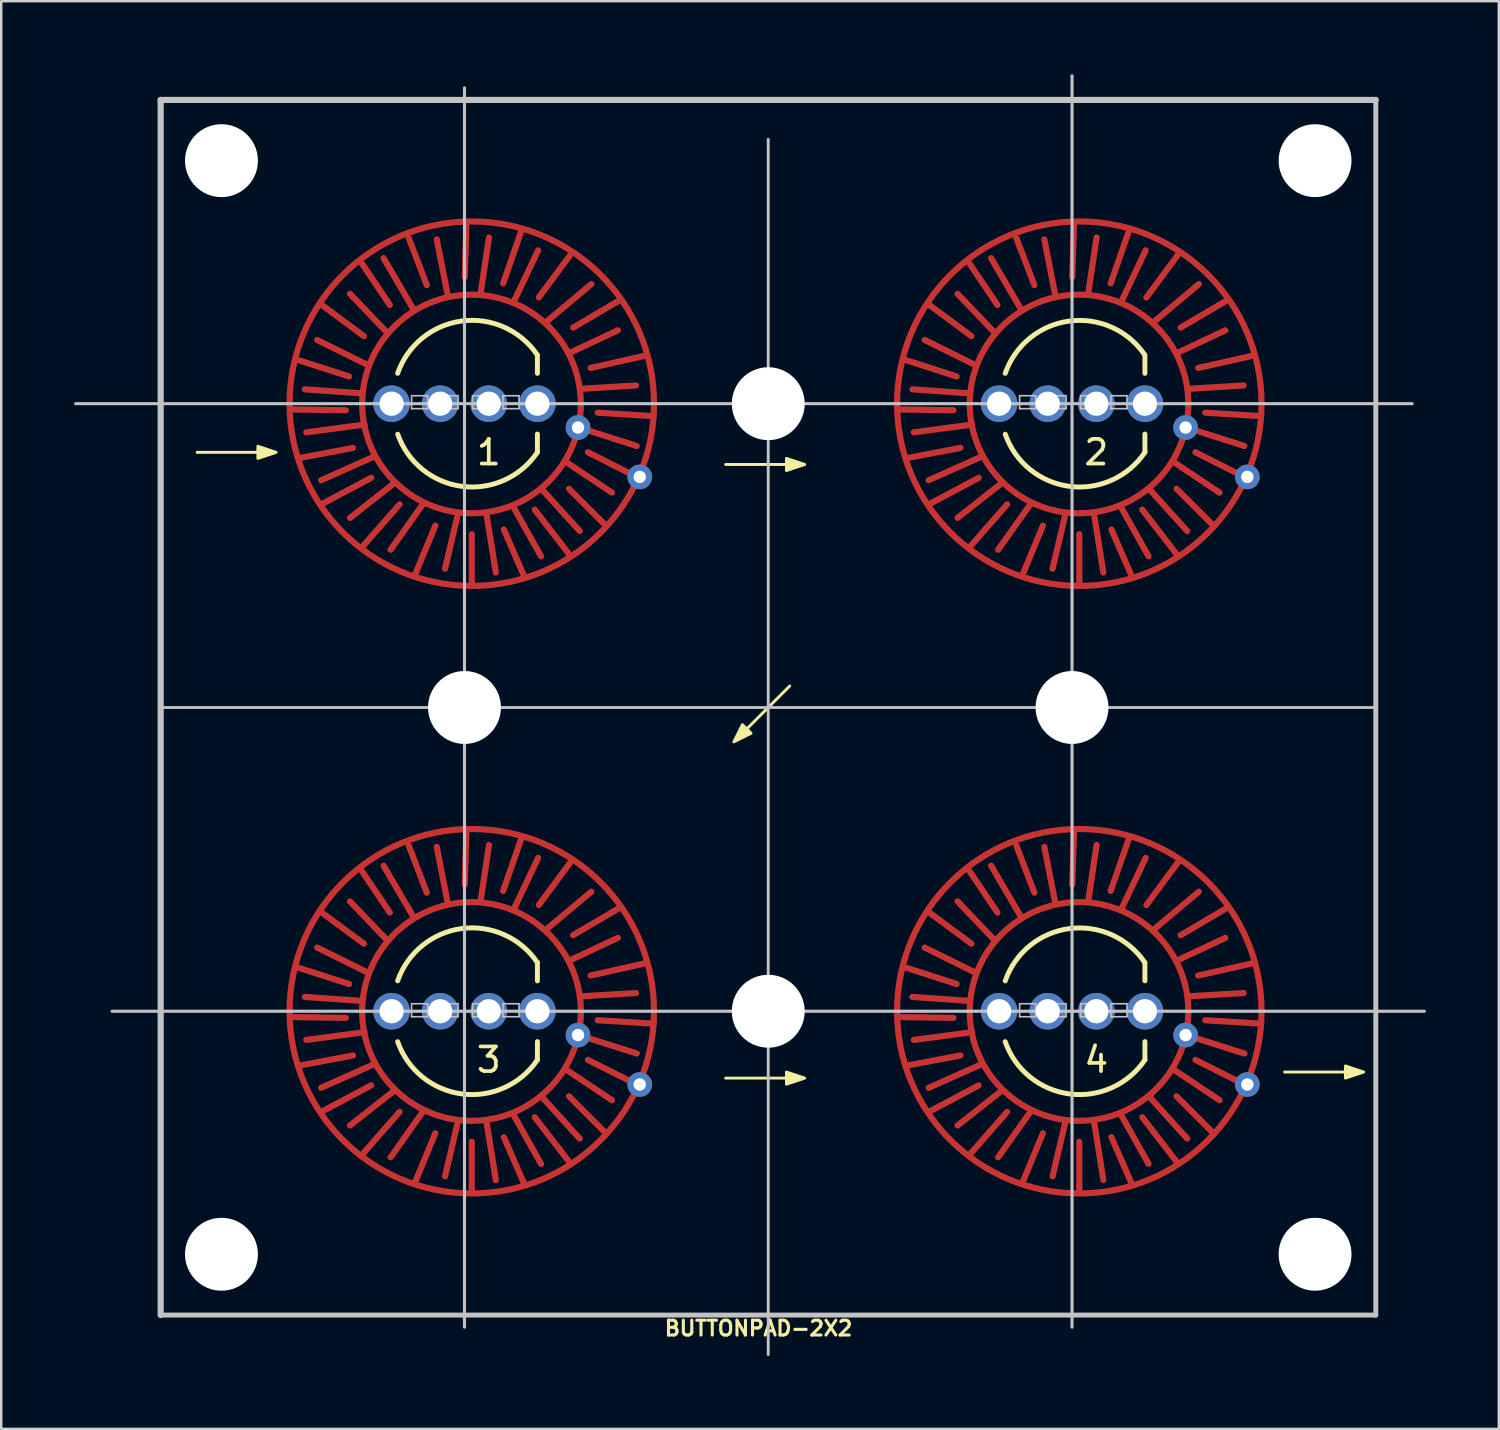
<source format=kicad_pcb>
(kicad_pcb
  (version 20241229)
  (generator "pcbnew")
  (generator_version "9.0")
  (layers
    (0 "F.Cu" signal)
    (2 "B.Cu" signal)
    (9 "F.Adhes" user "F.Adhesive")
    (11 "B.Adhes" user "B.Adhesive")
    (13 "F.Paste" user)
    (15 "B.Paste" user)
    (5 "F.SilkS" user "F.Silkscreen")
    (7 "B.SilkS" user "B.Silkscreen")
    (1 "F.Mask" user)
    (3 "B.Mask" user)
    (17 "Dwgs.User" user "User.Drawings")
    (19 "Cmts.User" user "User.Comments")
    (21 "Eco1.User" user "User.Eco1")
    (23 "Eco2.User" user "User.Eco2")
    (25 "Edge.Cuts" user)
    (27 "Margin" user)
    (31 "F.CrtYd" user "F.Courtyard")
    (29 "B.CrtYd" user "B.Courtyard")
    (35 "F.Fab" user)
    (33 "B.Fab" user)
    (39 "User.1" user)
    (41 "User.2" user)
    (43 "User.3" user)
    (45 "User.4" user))
  (footprint "BUTTONPAD-2X2"
    (layer "F.Cu")
    (at 28.561 26.062)
    (property "Reference" "BUTTONPAD-2X2" (at -0.4 25.546 180) (layer "F.SilkS") (effects (font (size 0.61 0.61) (thickness 0.127))))
    (attr exclude_from_pos_files exclude_from_bom)
    (fp_line (start -19.58 -12.262) (end -17.38 -12.231) (stroke (width 0.254) (type solid)) (layer "F.Cu"))
    (fp_line (start -19.58 12.739) (end -17.38 12.77) (stroke (width 0.254) (type solid)) (layer "F.Cu"))
    (fp_line (start -19.42 -14.322) (end -17.248 -13.621) (stroke (width 0.254) (type solid)) (layer "F.Cu"))
    (fp_line (start -19.42 10.679) (end -17.248 11.378) (stroke (width 0.254) (type solid)) (layer "F.Cu"))
    (fp_line (start -19.308 -10.26) (end -17.088 -10.682) (stroke (width 0.254) (type solid)) (layer "F.Cu"))
    (fp_line (start -19.308 14.738) (end -17.088 14.319) (stroke (width 0.254) (type solid)) (layer "F.Cu"))
    (fp_line (start -18.368 -16.562) (end -16.638 -15.282) (stroke (width 0.254) (type solid)) (layer "F.Cu"))
    (fp_line (start -18.368 8.439) (end -16.638 9.719) (stroke (width 0.254) (type solid)) (layer "F.Cu"))
    (fp_line (start -18.348 -8.381) (end -16.339 -9.45) (stroke (width 0.254) (type solid)) (layer "F.Cu"))
    (fp_line (start -18.348 16.618) (end -16.339 15.549) (stroke (width 0.254) (type solid)) (layer "F.Cu"))
    (fp_line (start -16.798 -12.932) (end -19.069 -13.092) (stroke (width 0.254) (type solid)) (layer "F.Cu"))
    (fp_line (start -16.798 12.069) (end -19.069 11.909) (stroke (width 0.254) (type solid)) (layer "F.Cu"))
    (fp_line (start -16.74 -18.302) (end -15.569 -16.562) (stroke (width 0.254) (type solid)) (layer "F.Cu"))
    (fp_line (start -16.74 6.699) (end -15.569 8.439) (stroke (width 0.254) (type solid)) (layer "F.Cu"))
    (fp_line (start -16.72 -6.59) (end -15.168 -8.36) (stroke (width 0.254) (type solid)) (layer "F.Cu"))
    (fp_line (start -16.72 18.409) (end -15.168 16.638) (stroke (width 0.254) (type solid)) (layer "F.Cu"))
    (fp_line (start -16.608 -11.642) (end -19.008 -11.322) (stroke (width 0.254) (type solid)) (layer "F.Cu"))
    (fp_line (start -16.608 13.359) (end -19.008 13.679) (stroke (width 0.254) (type solid)) (layer "F.Cu"))
    (fp_line (start -16.499 -14.101) (end -18.559 -15.122) (stroke (width 0.254) (type solid)) (layer "F.Cu"))
    (fp_line (start -16.499 10.898) (end -18.559 9.879) (stroke (width 0.254) (type solid)) (layer "F.Cu"))
    (fp_line (start -16.179 -10.342) (end -18.398 -9.351) (stroke (width 0.254) (type solid)) (layer "F.Cu"))
    (fp_line (start -16.179 14.66) (end -18.398 15.648) (stroke (width 0.254) (type solid)) (layer "F.Cu"))
    (fp_line (start -15.698 -15.442) (end -17.21 -17.022) (stroke (width 0.254) (type solid)) (layer "F.Cu"))
    (fp_line (start -15.698 9.559) (end -17.21 7.979) (stroke (width 0.254) (type solid)) (layer "F.Cu"))
    (fp_line (start -15.378 -9.242) (end -17.21 -7.802) (stroke (width 0.254) (type solid)) (layer "F.Cu"))
    (fp_line (start -15.378 15.759) (end -17.21 17.2) (stroke (width 0.254) (type solid)) (layer "F.Cu"))
    (fp_line (start -14.789 -19.31) (end -14.05 -17.38) (stroke (width 0.254) (type solid)) (layer "F.Cu"))
    (fp_line (start -14.789 5.688) (end -14.05 7.619) (stroke (width 0.254) (type solid)) (layer "F.Cu"))
    (fp_line (start -14.609 -16.402) (end -15.828 -18.492) (stroke (width 0.254) (type solid)) (layer "F.Cu"))
    (fp_line (start -14.609 8.599) (end -15.828 6.509) (stroke (width 0.254) (type solid)) (layer "F.Cu"))
    (fp_line (start -14.528 -5.472) (end -13.699 -7.482) (stroke (width 0.254) (type solid)) (layer "F.Cu"))
    (fp_line (start -14.528 19.529) (end -13.699 17.52) (stroke (width 0.254) (type solid)) (layer "F.Cu"))
    (fp_line (start -14.18 -8.411) (end -15.538 -6.491) (stroke (width 0.254) (type solid)) (layer "F.Cu"))
    (fp_line (start -14.18 16.59) (end -15.538 18.508) (stroke (width 0.254) (type solid)) (layer "F.Cu"))
    (fp_line (start -13.189 -16.961) (end -13.639 -19.262) (stroke (width 0.254) (type solid)) (layer "F.Cu"))
    (fp_line (start -13.189 8.038) (end -13.639 5.739) (stroke (width 0.254) (type solid)) (layer "F.Cu"))
    (fp_line (start -12.788 -7.88) (end -13.298 -5.711) (stroke (width 0.254) (type solid)) (layer "F.Cu"))
    (fp_line (start -12.788 17.118) (end -13.298 19.29) (stroke (width 0.254) (type solid)) (layer "F.Cu"))
    (fp_line (start -12.419 -19.94) (end -12.488 -17.71) (stroke (width 0.254) (type solid)) (layer "F.Cu"))
    (fp_line (start -12.419 5.058) (end -12.488 7.289) (stroke (width 0.254) (type solid)) (layer "F.Cu"))
    (fp_line (start -12.198 -5.041) (end -12.198 -7.131) (stroke (width 0.254) (type solid)) (layer "F.Cu"))
    (fp_line (start -12.198 19.958) (end -12.198 17.868) (stroke (width 0.254) (type solid)) (layer "F.Cu"))
    (fp_line (start -11.83 -17.07) (end -11.49 -19.341) (stroke (width 0.254) (type solid)) (layer "F.Cu"))
    (fp_line (start -11.83 7.929) (end -11.49 5.658) (stroke (width 0.254) (type solid)) (layer "F.Cu"))
    (fp_line (start -11.589 -7.931) (end -11.208 -5.551) (stroke (width 0.254) (type solid)) (layer "F.Cu"))
    (fp_line (start -11.589 17.068) (end -11.208 19.45) (stroke (width 0.254) (type solid)) (layer "F.Cu"))
    (fp_line (start -10.458 -16.722) (end -9.468 -18.81) (stroke (width 0.254) (type solid)) (layer "F.Cu"))
    (fp_line (start -10.458 -8.2) (end -9.348 -6.222) (stroke (width 0.254) (type solid)) (layer "F.Cu"))
    (fp_line (start -10.458 8.279) (end -9.468 6.189) (stroke (width 0.254) (type solid)) (layer "F.Cu"))
    (fp_line (start -10.458 16.798) (end -9.348 18.779) (stroke (width 0.254) (type solid)) (layer "F.Cu"))
    (fp_line (start -10.169 -19.582) (end -10.908 -17.451) (stroke (width 0.254) (type solid)) (layer "F.Cu"))
    (fp_line (start -10.169 5.419) (end -10.908 7.548) (stroke (width 0.254) (type solid)) (layer "F.Cu"))
    (fp_line (start -10.039 -5.391) (end -10.878 -7.322) (stroke (width 0.254) (type solid)) (layer "F.Cu"))
    (fp_line (start -10.039 19.608) (end -10.878 17.68) (stroke (width 0.254) (type solid)) (layer "F.Cu"))
    (fp_line (start -9.29 -8.952) (end -7.758 -7.261) (stroke (width 0.254) (type solid)) (layer "F.Cu"))
    (fp_line (start -9.29 16.049) (end -7.758 17.738) (stroke (width 0.254) (type solid)) (layer "F.Cu"))
    (fp_line (start -9.13 -15.871) (end -7.278 -17.421) (stroke (width 0.254) (type solid)) (layer "F.Cu"))
    (fp_line (start -9.13 9.13) (end -7.278 7.578) (stroke (width 0.254) (type solid)) (layer "F.Cu"))
    (fp_line (start -8.348 -10.121) (end -6.43 -8.84) (stroke (width 0.254) (type solid)) (layer "F.Cu"))
    (fp_line (start -8.348 14.878) (end -6.43 16.158) (stroke (width 0.254) (type solid)) (layer "F.Cu"))
    (fp_line (start -8.188 -14.581) (end -6.189 -15.521) (stroke (width 0.254) (type solid)) (layer "F.Cu"))
    (fp_line (start -8.188 -6.3) (end -9.608 -8.142) (stroke (width 0.254) (type solid)) (layer "F.Cu"))
    (fp_line (start -8.188 10.418) (end -6.189 9.478) (stroke (width 0.254) (type solid)) (layer "F.Cu"))
    (fp_line (start -8.188 18.698) (end -9.608 16.859) (stroke (width 0.254) (type solid)) (layer "F.Cu"))
    (fp_line (start -8.109 -18.67) (end -9.44 -16.872) (stroke (width 0.254) (type solid)) (layer "F.Cu"))
    (fp_line (start -8.109 6.328) (end -9.44 8.129) (stroke (width 0.254) (type solid)) (layer "F.Cu"))
    (fp_line (start -7.738 -13.11) (end -5.439 -13.252) (stroke (width 0.254) (type solid)) (layer "F.Cu"))
    (fp_line (start -7.738 -11.502) (end -5.409 -10.761) (stroke (width 0.254) (type solid)) (layer "F.Cu"))
    (fp_line (start -7.738 11.888) (end -5.439 11.749) (stroke (width 0.254) (type solid)) (layer "F.Cu"))
    (fp_line (start -7.738 13.499) (end -5.409 14.238) (stroke (width 0.254) (type solid)) (layer "F.Cu"))
    (fp_line (start -6.699 -7.502) (end -8.198 -9) (stroke (width 0.254) (type solid)) (layer "F.Cu"))
    (fp_line (start -6.699 17.499) (end -8.198 15.998) (stroke (width 0.254) (type solid)) (layer "F.Cu"))
    (fp_line (start -6.128 -16.75) (end -8.028 -15.632) (stroke (width 0.254) (type solid)) (layer "F.Cu"))
    (fp_line (start -6.128 8.249) (end -8.028 9.369) (stroke (width 0.254) (type solid)) (layer "F.Cu"))
    (fp_line (start -5.358 -9.46) (end -7.418 -10.502) (stroke (width 0.254) (type solid)) (layer "F.Cu"))
    (fp_line (start -5.358 15.538) (end -7.418 14.5) (stroke (width 0.254) (type solid)) (layer "F.Cu"))
    (fp_line (start -5.038 -14.482) (end -7.309 -13.971) (stroke (width 0.254) (type solid)) (layer "F.Cu"))
    (fp_line (start -5.038 10.519) (end -7.309 11.03) (stroke (width 0.254) (type solid)) (layer "F.Cu"))
    (fp_line (start -4.718 -11.99) (end -7.019 -12.132) (stroke (width 0.254) (type solid)) (layer "F.Cu"))
    (fp_line (start -4.718 13.009) (end -7.019 12.869) (stroke (width 0.254) (type solid)) (layer "F.Cu"))
    (fp_line (start 5.422 -12.262) (end 7.621 -12.231) (stroke (width 0.254) (type solid)) (layer "F.Cu"))
    (fp_line (start 5.422 12.739) (end 7.621 12.77) (stroke (width 0.254) (type solid)) (layer "F.Cu"))
    (fp_line (start 5.582 -14.322) (end 7.751 -13.621) (stroke (width 0.254) (type solid)) (layer "F.Cu"))
    (fp_line (start 5.582 10.679) (end 7.751 11.378) (stroke (width 0.254) (type solid)) (layer "F.Cu"))
    (fp_line (start 5.691 -10.26) (end 7.911 -10.682) (stroke (width 0.254) (type solid)) (layer "F.Cu"))
    (fp_line (start 5.691 14.738) (end 7.911 14.319) (stroke (width 0.254) (type solid)) (layer "F.Cu"))
    (fp_line (start 6.631 -16.562) (end 8.36 -15.282) (stroke (width 0.254) (type solid)) (layer "F.Cu"))
    (fp_line (start 6.631 8.439) (end 8.36 9.719) (stroke (width 0.254) (type solid)) (layer "F.Cu"))
    (fp_line (start 6.651 -8.381) (end 8.66 -9.45) (stroke (width 0.254) (type solid)) (layer "F.Cu"))
    (fp_line (start 6.651 16.618) (end 8.66 15.549) (stroke (width 0.254) (type solid)) (layer "F.Cu"))
    (fp_line (start 8.2 -12.932) (end 5.932 -13.092) (stroke (width 0.254) (type solid)) (layer "F.Cu"))
    (fp_line (start 8.2 12.069) (end 5.932 11.909) (stroke (width 0.254) (type solid)) (layer "F.Cu"))
    (fp_line (start 8.261 -18.302) (end 9.432 -16.562) (stroke (width 0.254) (type solid)) (layer "F.Cu"))
    (fp_line (start 8.261 6.699) (end 9.432 8.439) (stroke (width 0.254) (type solid)) (layer "F.Cu"))
    (fp_line (start 8.282 -6.59) (end 9.831 -8.36) (stroke (width 0.254) (type solid)) (layer "F.Cu"))
    (fp_line (start 8.282 18.409) (end 9.831 16.638) (stroke (width 0.254) (type solid)) (layer "F.Cu"))
    (fp_line (start 8.391 -11.642) (end 5.991 -11.322) (stroke (width 0.254) (type solid)) (layer "F.Cu"))
    (fp_line (start 8.391 13.359) (end 5.991 13.679) (stroke (width 0.254) (type solid)) (layer "F.Cu"))
    (fp_line (start 8.5 -14.101) (end 6.44 -15.122) (stroke (width 0.254) (type solid)) (layer "F.Cu"))
    (fp_line (start 8.5 10.898) (end 6.44 9.879) (stroke (width 0.254) (type solid)) (layer "F.Cu"))
    (fp_line (start 8.82 -10.342) (end 6.6 -9.351) (stroke (width 0.254) (type solid)) (layer "F.Cu"))
    (fp_line (start 8.82 14.66) (end 6.6 15.648) (stroke (width 0.254) (type solid)) (layer "F.Cu"))
    (fp_line (start 9.3 -15.442) (end 7.791 -17.022) (stroke (width 0.254) (type solid)) (layer "F.Cu"))
    (fp_line (start 9.3 9.559) (end 7.791 7.979) (stroke (width 0.254) (type solid)) (layer "F.Cu"))
    (fp_line (start 9.62 -9.242) (end 7.791 -7.802) (stroke (width 0.254) (type solid)) (layer "F.Cu"))
    (fp_line (start 9.62 15.759) (end 7.791 17.2) (stroke (width 0.254) (type solid)) (layer "F.Cu"))
    (fp_line (start 10.212 -19.31) (end 10.951 -17.38) (stroke (width 0.254) (type solid)) (layer "F.Cu"))
    (fp_line (start 10.212 5.688) (end 10.951 7.619) (stroke (width 0.254) (type solid)) (layer "F.Cu"))
    (fp_line (start 10.392 -16.402) (end 9.171 -18.492) (stroke (width 0.254) (type solid)) (layer "F.Cu"))
    (fp_line (start 10.392 8.599) (end 9.171 6.509) (stroke (width 0.254) (type solid)) (layer "F.Cu"))
    (fp_line (start 10.471 -5.472) (end 11.302 -7.482) (stroke (width 0.254) (type solid)) (layer "F.Cu"))
    (fp_line (start 10.471 19.529) (end 11.302 17.52) (stroke (width 0.254) (type solid)) (layer "F.Cu"))
    (fp_line (start 10.822 -8.411) (end 9.46 -6.491) (stroke (width 0.254) (type solid)) (layer "F.Cu"))
    (fp_line (start 10.822 16.59) (end 9.46 18.508) (stroke (width 0.254) (type solid)) (layer "F.Cu"))
    (fp_line (start 11.812 -16.961) (end 11.36 -19.262) (stroke (width 0.254) (type solid)) (layer "F.Cu"))
    (fp_line (start 11.812 8.038) (end 11.36 5.739) (stroke (width 0.254) (type solid)) (layer "F.Cu"))
    (fp_line (start 12.211 -7.88) (end 11.701 -5.711) (stroke (width 0.254) (type solid)) (layer "F.Cu"))
    (fp_line (start 12.211 17.118) (end 11.701 19.29) (stroke (width 0.254) (type solid)) (layer "F.Cu"))
    (fp_line (start 12.582 -19.94) (end 12.511 -17.71) (stroke (width 0.254) (type solid)) (layer "F.Cu"))
    (fp_line (start 12.582 5.058) (end 12.511 7.289) (stroke (width 0.254) (type solid)) (layer "F.Cu"))
    (fp_line (start 12.8 -5.041) (end 12.8 -7.131) (stroke (width 0.254) (type solid)) (layer "F.Cu"))
    (fp_line (start 12.8 19.958) (end 12.8 17.868) (stroke (width 0.254) (type solid)) (layer "F.Cu"))
    (fp_line (start 13.171 -17.07) (end 13.512 -19.341) (stroke (width 0.254) (type solid)) (layer "F.Cu"))
    (fp_line (start 13.171 7.929) (end 13.512 5.658) (stroke (width 0.254) (type solid)) (layer "F.Cu"))
    (fp_line (start 13.412 -7.931) (end 13.791 -5.551) (stroke (width 0.254) (type solid)) (layer "F.Cu"))
    (fp_line (start 13.412 17.068) (end 13.791 19.45) (stroke (width 0.254) (type solid)) (layer "F.Cu"))
    (fp_line (start 14.54 -16.722) (end 15.531 -18.81) (stroke (width 0.254) (type solid)) (layer "F.Cu"))
    (fp_line (start 14.54 -8.2) (end 15.65 -6.222) (stroke (width 0.254) (type solid)) (layer "F.Cu"))
    (fp_line (start 14.54 8.279) (end 15.531 6.189) (stroke (width 0.254) (type solid)) (layer "F.Cu"))
    (fp_line (start 14.54 16.798) (end 15.65 18.779) (stroke (width 0.254) (type solid)) (layer "F.Cu"))
    (fp_line (start 14.832 -19.582) (end 14.091 -17.451) (stroke (width 0.254) (type solid)) (layer "F.Cu"))
    (fp_line (start 14.832 5.419) (end 14.091 7.548) (stroke (width 0.254) (type solid)) (layer "F.Cu"))
    (fp_line (start 14.962 -5.391) (end 14.121 -7.322) (stroke (width 0.254) (type solid)) (layer "F.Cu"))
    (fp_line (start 14.962 19.608) (end 14.121 17.68) (stroke (width 0.254) (type solid)) (layer "F.Cu"))
    (fp_line (start 15.711 -8.952) (end 17.24 -7.261) (stroke (width 0.254) (type solid)) (layer "F.Cu"))
    (fp_line (start 15.711 16.049) (end 17.24 17.738) (stroke (width 0.254) (type solid)) (layer "F.Cu"))
    (fp_line (start 15.871 -15.871) (end 17.72 -17.421) (stroke (width 0.254) (type solid)) (layer "F.Cu"))
    (fp_line (start 15.871 9.13) (end 17.72 7.578) (stroke (width 0.254) (type solid)) (layer "F.Cu"))
    (fp_line (start 16.651 -10.121) (end 18.571 -8.84) (stroke (width 0.254) (type solid)) (layer "F.Cu"))
    (fp_line (start 16.651 14.878) (end 18.571 16.158) (stroke (width 0.254) (type solid)) (layer "F.Cu"))
    (fp_line (start 16.811 -14.581) (end 18.81 -15.521) (stroke (width 0.254) (type solid)) (layer "F.Cu"))
    (fp_line (start 16.811 -6.3) (end 15.391 -8.142) (stroke (width 0.254) (type solid)) (layer "F.Cu"))
    (fp_line (start 16.811 10.418) (end 18.81 9.478) (stroke (width 0.254) (type solid)) (layer "F.Cu"))
    (fp_line (start 16.811 18.698) (end 15.391 16.859) (stroke (width 0.254) (type solid)) (layer "F.Cu"))
    (fp_line (start 16.892 -18.67) (end 15.561 -16.872) (stroke (width 0.254) (type solid)) (layer "F.Cu"))
    (fp_line (start 16.892 6.328) (end 15.561 8.129) (stroke (width 0.254) (type solid)) (layer "F.Cu"))
    (fp_line (start 17.261 -13.11) (end 19.562 -13.252) (stroke (width 0.254) (type solid)) (layer "F.Cu"))
    (fp_line (start 17.261 -11.502) (end 19.592 -10.761) (stroke (width 0.254) (type solid)) (layer "F.Cu"))
    (fp_line (start 17.261 11.888) (end 19.562 11.749) (stroke (width 0.254) (type solid)) (layer "F.Cu"))
    (fp_line (start 17.261 13.499) (end 19.592 14.238) (stroke (width 0.254) (type solid)) (layer "F.Cu"))
    (fp_line (start 18.302 -7.502) (end 16.801 -9) (stroke (width 0.254) (type solid)) (layer "F.Cu"))
    (fp_line (start 18.302 17.499) (end 16.801 15.998) (stroke (width 0.254) (type solid)) (layer "F.Cu"))
    (fp_line (start 18.871 -16.75) (end 16.971 -15.632) (stroke (width 0.254) (type solid)) (layer "F.Cu"))
    (fp_line (start 18.871 8.249) (end 16.971 9.369) (stroke (width 0.254) (type solid)) (layer "F.Cu"))
    (fp_line (start 19.641 -9.46) (end 17.581 -10.502) (stroke (width 0.254) (type solid)) (layer "F.Cu"))
    (fp_line (start 19.641 15.538) (end 17.581 14.5) (stroke (width 0.254) (type solid)) (layer "F.Cu"))
    (fp_line (start 19.961 -14.482) (end 17.692 -13.971) (stroke (width 0.254) (type solid)) (layer "F.Cu"))
    (fp_line (start 19.961 10.519) (end 17.692 11.03) (stroke (width 0.254) (type solid)) (layer "F.Cu"))
    (fp_line (start 20.281 -11.99) (end 17.982 -12.132) (stroke (width 0.254) (type solid)) (layer "F.Cu"))
    (fp_line (start 20.281 13.009) (end 17.982 12.869) (stroke (width 0.254) (type solid)) (layer "F.Cu"))
    (fp_circle (center -12.209 -12.49) (end -12.209 -7.992) (stroke (width 0.254) (type solid)) (fill no) (layer "F.Cu"))
    (fp_circle (center -12.209 12.508) (end -12.209 17.007) (stroke (width 0.254) (type solid)) (fill no) (layer "F.Cu"))
    (fp_circle (center -12.198 -12.501) (end -12.198 -5.003) (stroke (width 0.254) (type solid)) (fill no) (layer "F.Cu"))
    (fp_circle (center -12.198 12.498) (end -12.198 19.996) (stroke (width 0.254) (type solid)) (fill no) (layer "F.Cu"))
    (fp_circle (center 12.79 -12.49) (end 12.79 -7.992) (stroke (width 0.254) (type solid)) (fill no) (layer "F.Cu"))
    (fp_circle (center 12.79 12.508) (end 12.79 17.007) (stroke (width 0.254) (type solid)) (fill no) (layer "F.Cu"))
    (fp_circle (center 12.8 -12.501) (end 12.8 -5.003) (stroke (width 0.254) (type solid)) (fill no) (layer "F.Cu"))
    (fp_circle (center 12.8 12.498) (end 12.8 19.996) (stroke (width 0.254) (type solid)) (fill no) (layer "F.Cu"))
    (fp_line (start -17.37 -12.231) (end -19.658 -12.262) (stroke (width 0.254) (type solid)) (layer "F.Mask"))
    (fp_line (start -17.37 12.77) (end -19.658 12.739) (stroke (width 0.254) (type solid)) (layer "F.Mask"))
    (fp_line (start -17.248 -13.621) (end -19.369 -14.301) (stroke (width 0.254) (type solid)) (layer "F.Mask"))
    (fp_line (start -17.248 11.378) (end -19.369 10.7) (stroke (width 0.254) (type solid)) (layer "F.Mask"))
    (fp_line (start -17.088 -10.682) (end -19.328 -10.26) (stroke (width 0.254) (type solid)) (layer "F.Mask"))
    (fp_line (start -17.088 14.319) (end -19.328 14.738) (stroke (width 0.254) (type solid)) (layer "F.Mask"))
    (fp_line (start -16.73 -6.582) (end -15.168 -8.36) (stroke (width 0.254) (type solid)) (layer "F.Mask"))
    (fp_line (start -16.73 18.419) (end -15.168 16.638) (stroke (width 0.254) (type solid)) (layer "F.Mask"))
    (fp_line (start -16.709 -12.932) (end -19.069 -13.092) (stroke (width 0.254) (type solid)) (layer "F.Mask"))
    (fp_line (start -16.709 12.069) (end -19.069 11.909) (stroke (width 0.254) (type solid)) (layer "F.Mask"))
    (fp_line (start -16.669 -11.642) (end -19.008 -11.322) (stroke (width 0.254) (type solid)) (layer "F.Mask"))
    (fp_line (start -16.669 13.359) (end -19.008 13.679) (stroke (width 0.254) (type solid)) (layer "F.Mask"))
    (fp_line (start -16.638 -15.282) (end -18.388 -16.582) (stroke (width 0.254) (type solid)) (layer "F.Mask"))
    (fp_line (start -16.638 9.719) (end -18.388 8.419) (stroke (width 0.254) (type solid)) (layer "F.Mask"))
    (fp_line (start -16.43 -14.07) (end -18.559 -15.122) (stroke (width 0.254) (type solid)) (layer "F.Mask"))
    (fp_line (start -16.43 10.928) (end -18.559 9.879) (stroke (width 0.254) (type solid)) (layer "F.Mask"))
    (fp_line (start -16.339 -9.45) (end -18.368 -8.36) (stroke (width 0.254) (type solid)) (layer "F.Mask"))
    (fp_line (start -16.339 15.549) (end -18.368 16.638) (stroke (width 0.254) (type solid)) (layer "F.Mask"))
    (fp_line (start -16.229 -10.321) (end -18.398 -9.351) (stroke (width 0.254) (type solid)) (layer "F.Mask"))
    (fp_line (start -16.229 14.68) (end -18.398 15.648) (stroke (width 0.254) (type solid)) (layer "F.Mask"))
    (fp_line (start -15.828 -18.482) (end -14.578 -16.341) (stroke (width 0.254) (type solid)) (layer "F.Mask"))
    (fp_line (start -15.828 6.519) (end -14.578 8.658) (stroke (width 0.254) (type solid)) (layer "F.Mask"))
    (fp_line (start -15.658 -15.401) (end -17.21 -17.022) (stroke (width 0.254) (type solid)) (layer "F.Mask"))
    (fp_line (start -15.658 9.6) (end -17.21 7.979) (stroke (width 0.254) (type solid)) (layer "F.Mask"))
    (fp_line (start -15.569 -16.562) (end -16.768 -18.34) (stroke (width 0.254) (type solid)) (layer "F.Mask"))
    (fp_line (start -15.569 8.439) (end -16.768 6.659) (stroke (width 0.254) (type solid)) (layer "F.Mask"))
    (fp_line (start -15.389 -9.232) (end -17.21 -7.802) (stroke (width 0.254) (type solid)) (layer "F.Mask"))
    (fp_line (start -15.389 15.77) (end -17.21 17.2) (stroke (width 0.254) (type solid)) (layer "F.Mask"))
    (fp_line (start -14.2 -8.401) (end -15.538 -6.491) (stroke (width 0.254) (type solid)) (layer "F.Mask"))
    (fp_line (start -14.2 16.598) (end -15.538 18.508) (stroke (width 0.254) (type solid)) (layer "F.Mask"))
    (fp_line (start -14.05 -17.38) (end -14.83 -19.432) (stroke (width 0.254) (type solid)) (layer "F.Mask"))
    (fp_line (start -14.05 7.619) (end -14.83 5.569) (stroke (width 0.254) (type solid)) (layer "F.Mask"))
    (fp_line (start -13.699 -7.482) (end -14.538 -5.462) (stroke (width 0.254) (type solid)) (layer "F.Mask"))
    (fp_line (start -13.699 17.52) (end -14.538 19.539) (stroke (width 0.254) (type solid)) (layer "F.Mask"))
    (fp_line (start -13.639 -19.262) (end -13.179 -16.91) (stroke (width 0.254) (type solid)) (layer "F.Mask"))
    (fp_line (start -13.639 5.739) (end -13.179 8.089) (stroke (width 0.254) (type solid)) (layer "F.Mask"))
    (fp_line (start -12.76 -7.992) (end -13.298 -5.711) (stroke (width 0.254) (type solid)) (layer "F.Mask"))
    (fp_line (start -12.76 17.009) (end -13.298 19.29) (stroke (width 0.254) (type solid)) (layer "F.Mask"))
    (fp_line (start -12.488 -17.71) (end -12.419 -19.94) (stroke (width 0.254) (type solid)) (layer "F.Mask"))
    (fp_line (start -12.488 7.289) (end -12.419 5.058) (stroke (width 0.254) (type solid)) (layer "F.Mask"))
    (fp_line (start -12.198 -7.131) (end -12.198 -5.01) (stroke (width 0.254) (type solid)) (layer "F.Mask"))
    (fp_line (start -12.198 17.868) (end -12.198 19.989) (stroke (width 0.254) (type solid)) (layer "F.Mask"))
    (fp_line (start -11.619 -8.02) (end -11.208 -5.551) (stroke (width 0.254) (type solid)) (layer "F.Mask"))
    (fp_line (start -11.619 16.979) (end -11.208 19.45) (stroke (width 0.254) (type solid)) (layer "F.Mask"))
    (fp_line (start -11.49 -19.341) (end -11.838 -17.012) (stroke (width 0.254) (type solid)) (layer "F.Mask"))
    (fp_line (start -11.49 5.658) (end -11.838 7.99) (stroke (width 0.254) (type solid)) (layer "F.Mask"))
    (fp_line (start -10.908 -17.451) (end -10.149 -19.63) (stroke (width 0.254) (type solid)) (layer "F.Mask"))
    (fp_line (start -10.908 7.548) (end -10.149 5.368) (stroke (width 0.254) (type solid)) (layer "F.Mask"))
    (fp_line (start -10.878 -7.322) (end -10.019 -5.351) (stroke (width 0.254) (type solid)) (layer "F.Mask"))
    (fp_line (start -10.878 17.68) (end -10.019 19.648) (stroke (width 0.254) (type solid)) (layer "F.Mask"))
    (fp_line (start -9.458 -18.81) (end -10.448 -16.75) (stroke (width 0.254) (type solid)) (layer "F.Mask"))
    (fp_line (start -9.458 6.189) (end -10.448 8.249) (stroke (width 0.254) (type solid)) (layer "F.Mask"))
    (fp_line (start -9.44 -16.872) (end -8.099 -18.721) (stroke (width 0.254) (type solid)) (layer "F.Mask"))
    (fp_line (start -9.44 8.129) (end -8.099 6.278) (stroke (width 0.254) (type solid)) (layer "F.Mask"))
    (fp_line (start -9.348 -6.222) (end -10.458 -8.2) (stroke (width 0.254) (type solid)) (layer "F.Mask"))
    (fp_line (start -9.348 18.779) (end -10.458 16.798) (stroke (width 0.254) (type solid)) (layer "F.Mask"))
    (fp_line (start -9.148 -15.841) (end -7.278 -17.421) (stroke (width 0.254) (type solid)) (layer "F.Mask"))
    (fp_line (start -9.148 9.158) (end -7.278 7.578) (stroke (width 0.254) (type solid)) (layer "F.Mask"))
    (fp_line (start -8.16 -6.262) (end -9.608 -8.142) (stroke (width 0.254) (type solid)) (layer "F.Mask"))
    (fp_line (start -8.16 18.739) (end -9.608 16.859) (stroke (width 0.254) (type solid)) (layer "F.Mask"))
    (fp_line (start -7.758 -7.261) (end -9.318 -8.98) (stroke (width 0.254) (type solid)) (layer "F.Mask"))
    (fp_line (start -7.758 17.738) (end -9.318 16.019) (stroke (width 0.254) (type solid)) (layer "F.Mask"))
    (fp_line (start -7.309 -13.971) (end -5.028 -14.482) (stroke (width 0.254) (type solid)) (layer "F.Mask"))
    (fp_line (start -7.309 11.03) (end -5.028 10.519) (stroke (width 0.254) (type solid)) (layer "F.Mask"))
    (fp_line (start -6.679 -7.492) (end -8.198 -9) (stroke (width 0.254) (type solid)) (layer "F.Mask"))
    (fp_line (start -6.679 17.509) (end -8.198 15.998) (stroke (width 0.254) (type solid)) (layer "F.Mask"))
    (fp_line (start -6.43 -8.84) (end -8.289 -10.072) (stroke (width 0.254) (type solid)) (layer "F.Mask"))
    (fp_line (start -6.43 16.158) (end -8.289 14.929) (stroke (width 0.254) (type solid)) (layer "F.Mask"))
    (fp_line (start -6.189 -15.521) (end -8.188 -14.581) (stroke (width 0.254) (type solid)) (layer "F.Mask"))
    (fp_line (start -6.189 9.478) (end -8.188 10.418) (stroke (width 0.254) (type solid)) (layer "F.Mask"))
    (fp_line (start -6.079 -16.781) (end -8.028 -15.632) (stroke (width 0.254) (type solid)) (layer "F.Mask"))
    (fp_line (start -6.079 8.218) (end -8.028 9.369) (stroke (width 0.254) (type solid)) (layer "F.Mask"))
    (fp_line (start -5.439 -13.252) (end -7.738 -13.1) (stroke (width 0.254) (type solid)) (layer "F.Mask"))
    (fp_line (start -5.439 11.749) (end -7.738 11.899) (stroke (width 0.254) (type solid)) (layer "F.Mask"))
    (fp_line (start -5.409 -10.761) (end -7.779 -11.52) (stroke (width 0.254) (type solid)) (layer "F.Mask"))
    (fp_line (start -5.409 14.238) (end -7.779 13.479) (stroke (width 0.254) (type solid)) (layer "F.Mask"))
    (fp_line (start -5.358 -9.47) (end -7.418 -10.502) (stroke (width 0.254) (type solid)) (layer "F.Mask"))
    (fp_line (start -5.358 15.528) (end -7.418 14.5) (stroke (width 0.254) (type solid)) (layer "F.Mask"))
    (fp_line (start -4.728 -11.99) (end -7.019 -12.132) (stroke (width 0.254) (type solid)) (layer "F.Mask"))
    (fp_line (start -4.728 13.009) (end -7.019 12.869) (stroke (width 0.254) (type solid)) (layer "F.Mask"))
    (fp_line (start 7.631 -12.231) (end 5.34 -12.262) (stroke (width 0.254) (type solid)) (layer "F.Mask"))
    (fp_line (start 7.631 12.77) (end 5.34 12.739) (stroke (width 0.254) (type solid)) (layer "F.Mask"))
    (fp_line (start 7.751 -13.621) (end 5.632 -14.301) (stroke (width 0.254) (type solid)) (layer "F.Mask"))
    (fp_line (start 7.751 11.378) (end 5.632 10.7) (stroke (width 0.254) (type solid)) (layer "F.Mask"))
    (fp_line (start 7.911 -10.682) (end 5.671 -10.26) (stroke (width 0.254) (type solid)) (layer "F.Mask"))
    (fp_line (start 7.911 14.319) (end 5.671 14.738) (stroke (width 0.254) (type solid)) (layer "F.Mask"))
    (fp_line (start 8.272 -6.582) (end 9.831 -8.36) (stroke (width 0.254) (type solid)) (layer "F.Mask"))
    (fp_line (start 8.272 18.419) (end 9.831 16.638) (stroke (width 0.254) (type solid)) (layer "F.Mask"))
    (fp_line (start 8.292 -12.932) (end 5.932 -13.092) (stroke (width 0.254) (type solid)) (layer "F.Mask"))
    (fp_line (start 8.292 12.069) (end 5.932 11.909) (stroke (width 0.254) (type solid)) (layer "F.Mask"))
    (fp_line (start 8.332 -11.642) (end 5.991 -11.322) (stroke (width 0.254) (type solid)) (layer "F.Mask"))
    (fp_line (start 8.332 13.359) (end 5.991 13.679) (stroke (width 0.254) (type solid)) (layer "F.Mask"))
    (fp_line (start 8.36 -15.282) (end 6.61 -16.582) (stroke (width 0.254) (type solid)) (layer "F.Mask"))
    (fp_line (start 8.36 9.719) (end 6.61 8.419) (stroke (width 0.254) (type solid)) (layer "F.Mask"))
    (fp_line (start 8.571 -14.07) (end 6.44 -15.122) (stroke (width 0.254) (type solid)) (layer "F.Mask"))
    (fp_line (start 8.571 10.928) (end 6.44 9.879) (stroke (width 0.254) (type solid)) (layer "F.Mask"))
    (fp_line (start 8.66 -9.45) (end 6.631 -8.36) (stroke (width 0.254) (type solid)) (layer "F.Mask"))
    (fp_line (start 8.66 15.549) (end 6.631 16.638) (stroke (width 0.254) (type solid)) (layer "F.Mask"))
    (fp_line (start 8.772 -10.321) (end 6.6 -9.351) (stroke (width 0.254) (type solid)) (layer "F.Mask"))
    (fp_line (start 8.772 14.68) (end 6.6 15.648) (stroke (width 0.254) (type solid)) (layer "F.Mask"))
    (fp_line (start 9.171 -18.482) (end 10.42 -16.341) (stroke (width 0.254) (type solid)) (layer "F.Mask"))
    (fp_line (start 9.171 6.519) (end 10.42 8.658) (stroke (width 0.254) (type solid)) (layer "F.Mask"))
    (fp_line (start 9.341 -15.401) (end 7.791 -17.022) (stroke (width 0.254) (type solid)) (layer "F.Mask"))
    (fp_line (start 9.341 9.6) (end 7.791 7.979) (stroke (width 0.254) (type solid)) (layer "F.Mask"))
    (fp_line (start 9.432 -16.562) (end 8.231 -18.34) (stroke (width 0.254) (type solid)) (layer "F.Mask"))
    (fp_line (start 9.432 8.439) (end 8.231 6.659) (stroke (width 0.254) (type solid)) (layer "F.Mask"))
    (fp_line (start 9.61 -9.232) (end 7.791 -7.802) (stroke (width 0.254) (type solid)) (layer "F.Mask"))
    (fp_line (start 9.61 15.77) (end 7.791 17.2) (stroke (width 0.254) (type solid)) (layer "F.Mask"))
    (fp_line (start 10.801 -8.401) (end 9.46 -6.491) (stroke (width 0.254) (type solid)) (layer "F.Mask"))
    (fp_line (start 10.801 16.598) (end 9.46 18.508) (stroke (width 0.254) (type solid)) (layer "F.Mask"))
    (fp_line (start 10.951 -17.38) (end 10.171 -19.432) (stroke (width 0.254) (type solid)) (layer "F.Mask"))
    (fp_line (start 10.951 7.619) (end 10.171 5.569) (stroke (width 0.254) (type solid)) (layer "F.Mask"))
    (fp_line (start 11.302 -7.482) (end 10.461 -5.462) (stroke (width 0.254) (type solid)) (layer "F.Mask"))
    (fp_line (start 11.302 17.52) (end 10.461 19.539) (stroke (width 0.254) (type solid)) (layer "F.Mask"))
    (fp_line (start 11.36 -19.262) (end 11.822 -16.91) (stroke (width 0.254) (type solid)) (layer "F.Mask"))
    (fp_line (start 11.36 5.739) (end 11.822 8.089) (stroke (width 0.254) (type solid)) (layer "F.Mask"))
    (fp_line (start 12.242 -7.992) (end 11.701 -5.711) (stroke (width 0.254) (type solid)) (layer "F.Mask"))
    (fp_line (start 12.242 17.009) (end 11.701 19.29) (stroke (width 0.254) (type solid)) (layer "F.Mask"))
    (fp_line (start 12.511 -17.71) (end 12.582 -19.94) (stroke (width 0.254) (type solid)) (layer "F.Mask"))
    (fp_line (start 12.511 7.289) (end 12.582 5.058) (stroke (width 0.254) (type solid)) (layer "F.Mask"))
    (fp_line (start 12.8 -7.131) (end 12.8 -5.01) (stroke (width 0.254) (type solid)) (layer "F.Mask"))
    (fp_line (start 12.8 17.868) (end 12.8 19.989) (stroke (width 0.254) (type solid)) (layer "F.Mask"))
    (fp_line (start 13.382 -8.02) (end 13.791 -5.551) (stroke (width 0.254) (type solid)) (layer "F.Mask"))
    (fp_line (start 13.382 16.979) (end 13.791 19.45) (stroke (width 0.254) (type solid)) (layer "F.Mask"))
    (fp_line (start 13.512 -19.341) (end 13.161 -17.012) (stroke (width 0.254) (type solid)) (layer "F.Mask"))
    (fp_line (start 13.512 5.658) (end 13.161 7.99) (stroke (width 0.254) (type solid)) (layer "F.Mask"))
    (fp_line (start 14.091 -17.451) (end 14.85 -19.63) (stroke (width 0.254) (type solid)) (layer "F.Mask"))
    (fp_line (start 14.091 7.548) (end 14.85 5.368) (stroke (width 0.254) (type solid)) (layer "F.Mask"))
    (fp_line (start 14.121 -7.322) (end 14.982 -5.351) (stroke (width 0.254) (type solid)) (layer "F.Mask"))
    (fp_line (start 14.121 17.68) (end 14.982 19.648) (stroke (width 0.254) (type solid)) (layer "F.Mask"))
    (fp_line (start 15.541 -18.81) (end 14.55 -16.75) (stroke (width 0.254) (type solid)) (layer "F.Mask"))
    (fp_line (start 15.541 6.189) (end 14.55 8.249) (stroke (width 0.254) (type solid)) (layer "F.Mask"))
    (fp_line (start 15.561 -16.872) (end 16.902 -18.721) (stroke (width 0.254) (type solid)) (layer "F.Mask"))
    (fp_line (start 15.561 8.129) (end 16.902 6.278) (stroke (width 0.254) (type solid)) (layer "F.Mask"))
    (fp_line (start 15.65 -6.222) (end 14.54 -8.2) (stroke (width 0.254) (type solid)) (layer "F.Mask"))
    (fp_line (start 15.65 18.779) (end 14.54 16.798) (stroke (width 0.254) (type solid)) (layer "F.Mask"))
    (fp_line (start 15.851 -15.841) (end 17.72 -17.421) (stroke (width 0.254) (type solid)) (layer "F.Mask"))
    (fp_line (start 15.851 9.158) (end 17.72 7.578) (stroke (width 0.254) (type solid)) (layer "F.Mask"))
    (fp_line (start 16.841 -6.262) (end 15.391 -8.142) (stroke (width 0.254) (type solid)) (layer "F.Mask"))
    (fp_line (start 16.841 18.739) (end 15.391 16.859) (stroke (width 0.254) (type solid)) (layer "F.Mask"))
    (fp_line (start 17.24 -7.261) (end 15.681 -8.98) (stroke (width 0.254) (type solid)) (layer "F.Mask"))
    (fp_line (start 17.24 17.738) (end 15.681 16.019) (stroke (width 0.254) (type solid)) (layer "F.Mask"))
    (fp_line (start 17.692 -13.971) (end 19.971 -14.482) (stroke (width 0.254) (type solid)) (layer "F.Mask"))
    (fp_line (start 17.692 11.03) (end 19.971 10.519) (stroke (width 0.254) (type solid)) (layer "F.Mask"))
    (fp_line (start 18.322 -7.492) (end 16.801 -9) (stroke (width 0.254) (type solid)) (layer "F.Mask"))
    (fp_line (start 18.322 17.509) (end 16.801 15.998) (stroke (width 0.254) (type solid)) (layer "F.Mask"))
    (fp_line (start 18.571 -8.84) (end 16.712 -10.072) (stroke (width 0.254) (type solid)) (layer "F.Mask"))
    (fp_line (start 18.571 16.158) (end 16.712 14.929) (stroke (width 0.254) (type solid)) (layer "F.Mask"))
    (fp_line (start 18.81 -15.521) (end 16.811 -14.581) (stroke (width 0.254) (type solid)) (layer "F.Mask"))
    (fp_line (start 18.81 9.478) (end 16.811 10.418) (stroke (width 0.254) (type solid)) (layer "F.Mask"))
    (fp_line (start 18.922 -16.781) (end 16.971 -15.632) (stroke (width 0.254) (type solid)) (layer "F.Mask"))
    (fp_line (start 18.922 8.218) (end 16.971 9.369) (stroke (width 0.254) (type solid)) (layer "F.Mask"))
    (fp_line (start 19.562 -13.252) (end 17.261 -13.1) (stroke (width 0.254) (type solid)) (layer "F.Mask"))
    (fp_line (start 19.562 11.749) (end 17.261 11.899) (stroke (width 0.254) (type solid)) (layer "F.Mask"))
    (fp_line (start 19.592 -10.761) (end 17.222 -11.52) (stroke (width 0.254) (type solid)) (layer "F.Mask"))
    (fp_line (start 19.592 14.238) (end 17.222 13.479) (stroke (width 0.254) (type solid)) (layer "F.Mask"))
    (fp_line (start 19.641 -9.47) (end 17.581 -10.502) (stroke (width 0.254) (type solid)) (layer "F.Mask"))
    (fp_line (start 19.641 15.528) (end 17.581 14.5) (stroke (width 0.254) (type solid)) (layer "F.Mask"))
    (fp_line (start 20.27 -11.99) (end 17.982 -12.132) (stroke (width 0.254) (type solid)) (layer "F.Mask"))
    (fp_line (start 20.27 13.009) (end 17.982 12.869) (stroke (width 0.254) (type solid)) (layer "F.Mask"))
    (fp_circle (center -12.198 -12.501) (end -12.198 -5.003) (stroke (width 0.254) (type solid)) (fill no) (layer "F.Mask"))
    (fp_circle (center -12.198 -12.49) (end -12.198 -7.982) (stroke (width 0.254) (type solid)) (fill no) (layer "F.Mask"))
    (fp_circle (center -12.198 12.498) (end -12.198 19.996) (stroke (width 0.254) (type solid)) (fill no) (layer "F.Mask"))
    (fp_circle (center -12.198 12.508) (end -12.198 17.017) (stroke (width 0.254) (type solid)) (fill no) (layer "F.Mask"))
    (fp_circle (center 12.8 -12.501) (end 12.8 -5.003) (stroke (width 0.254) (type solid)) (fill no) (layer "F.Mask"))
    (fp_circle (center 12.8 -12.49) (end 12.8 -7.982) (stroke (width 0.254) (type solid)) (fill no) (layer "F.Mask"))
    (fp_circle (center 12.8 12.498) (end 12.8 19.996) (stroke (width 0.254) (type solid)) (fill no) (layer "F.Mask"))
    (fp_circle (center 12.8 12.508) (end 12.8 17.017) (stroke (width 0.254) (type solid)) (fill no) (layer "F.Mask"))
    (fp_line (start -23.5 -10.5) (end -21 -10.5) (stroke (width 0.12) (type solid)) (layer "F.SilkS"))
    (fp_line (start -9.498 -14.502) (end -9.498 -13.75) (stroke (width 0.203) (type solid)) (layer "F.SilkS"))
    (fp_line (start -9.498 -10.502) (end -9.498 -11.251) (stroke (width 0.203) (type solid)) (layer "F.SilkS"))
    (fp_line (start -9.498 10.499) (end -9.498 11.248) (stroke (width 0.203) (type solid)) (layer "F.SilkS"))
    (fp_line (start -9.498 14.5) (end -9.498 13.748) (stroke (width 0.203) (type solid)) (layer "F.SilkS"))
    (fp_line (start -1.75 -10) (end 0.75 -10) (stroke (width 0.12) (type solid)) (layer "F.SilkS"))
    (fp_line (start -1.75 15.25) (end 0.75 15.25) (stroke (width 0.12) (type solid)) (layer "F.SilkS"))
    (fp_line (start 0.884 -0.884) (end -0.884 0.884) (stroke (width 0.12) (type solid)) (layer "F.SilkS"))
    (fp_line (start 15.5 -14.502) (end 15.5 -13.75) (stroke (width 0.203) (type solid)) (layer "F.SilkS"))
    (fp_line (start 15.5 -10.502) (end 15.5 -11.251) (stroke (width 0.203) (type solid)) (layer "F.SilkS"))
    (fp_line (start 15.5 10.499) (end 15.5 11.248) (stroke (width 0.203) (type solid)) (layer "F.SilkS"))
    (fp_line (start 15.5 14.5) (end 15.5 13.748) (stroke (width 0.203) (type solid)) (layer "F.SilkS"))
    (fp_line (start 21.25 15) (end 23.75 15) (stroke (width 0.12) (type solid)) (layer "F.SilkS"))
    (fp_arc (start -15.24889 -13.75029) (mid -12.607902 -15.902974) (end -9.500544 -14.505407) (stroke (width 0.2032) (type solid)) (layer "F.SilkS"))
    (fp_arc (start -15.24889 11.24839) (mid -12.607902 9.095706) (end -9.500544 10.493273) (stroke (width 0.2032) (type solid)) (layer "F.SilkS"))
    (fp_arc (start -9.49833 -10.50163) (mid -12.601709 -9.098871) (end -15.245559 -11.245672) (stroke (width 0.2032) (type solid)) (layer "F.SilkS"))
    (fp_arc (start -9.49833 14.49959) (mid -12.60398 15.900947) (end -15.247592 13.751486) (stroke (width 0.2032) (type solid)) (layer "F.SilkS"))
    (fp_arc (start 9.75233 -13.75029) (mid 12.391915 -15.900703) (end 15.496614 -14.503373) (stroke (width 0.2032) (type solid)) (layer "F.SilkS"))
    (fp_arc (start 9.75233 11.24839) (mid 12.391915 9.097977) (end 15.496614 10.495307) (stroke (width 0.2032) (type solid)) (layer "F.SilkS"))
    (fp_arc (start 15.50035 -10.50163) (mid 12.396971 -9.098871) (end 9.753121 -11.245672) (stroke (width 0.2032) (type solid)) (layer "F.SilkS"))
    (fp_arc (start 15.50035 14.49959) (mid 12.3947 15.900947) (end 9.751088 13.751486) (stroke (width 0.2032) (type solid)) (layer "F.SilkS"))
    (fp_poly (pts (xy -20.25 -10.5) (xy -21 -10.25) (xy -21 -10.75)) (stroke (width 0.12) (type solid)) (fill yes) (layer "F.SilkS"))
    (fp_poly (pts (xy -1.414 1.414) (xy -1.061 0.707) (xy -0.707 1.061)) (stroke (width 0.12) (type solid)) (fill yes) (layer "F.SilkS"))
    (fp_poly (pts (xy 1.5 -10) (xy 0.75 -9.75) (xy 0.75 -10.25)) (stroke (width 0.12) (type solid)) (fill yes) (layer "F.SilkS"))
    (fp_poly (pts (xy 1.5 15.25) (xy 0.75 15.5) (xy 0.75 15)) (stroke (width 0.12) (type solid)) (fill yes) (layer "F.SilkS"))
    (fp_poly (pts (xy 24.5 15) (xy 23.75 15.25) (xy 23.75 14.75)) (stroke (width 0.12) (type solid)) (fill yes) (layer "F.SilkS"))
    (fp_line (start -28.498 -12.501) (end 26.499 -12.501) (stroke (width 0.127) (type solid)) (layer "Dwgs.User"))
    (fp_line (start -26.999 12.498) (end 26.999 12.498) (stroke (width 0.127) (type solid)) (layer "Dwgs.User"))
    (fp_line (start -25 -25) (end 25 -25) (stroke (width 0.254) (type solid)) (layer "Dwgs.User"))
    (fp_line (start -25 25) (end -25 -25) (stroke (width 0.254) (type solid)) (layer "Dwgs.User"))
    (fp_line (start -14.675 -12.828) (end -14.675 -12.295) (stroke (width 0.066) (type solid)) (layer "Dwgs.User"))
    (fp_line (start -14.675 12.191) (end -14.675 12.724) (stroke (width 0.066) (type solid)) (layer "Dwgs.User"))
    (fp_line (start -14.014 -12.828) (end -14.675 -12.828) (stroke (width 0.066) (type solid)) (layer "Dwgs.User"))
    (fp_line (start -14.014 -12.828) (end -14.014 -12.295) (stroke (width 0.066) (type solid)) (layer "Dwgs.User"))
    (fp_line (start -14.014 -12.295) (end -14.675 -12.295) (stroke (width 0.066) (type solid)) (layer "Dwgs.User"))
    (fp_line (start -14.014 12.191) (end -14.675 12.191) (stroke (width 0.066) (type solid)) (layer "Dwgs.User"))
    (fp_line (start -14.014 12.191) (end -14.014 12.724) (stroke (width 0.066) (type solid)) (layer "Dwgs.User"))
    (fp_line (start -14.014 12.724) (end -14.675 12.724) (stroke (width 0.066) (type solid)) (layer "Dwgs.User"))
    (fp_line (start -13.423 -12.828) (end -13.423 -12.295) (stroke (width 0.066) (type solid)) (layer "Dwgs.User"))
    (fp_line (start -13.423 12.191) (end -13.423 12.724) (stroke (width 0.066) (type solid)) (layer "Dwgs.User"))
    (fp_line (start -12.762 -12.828) (end -13.423 -12.828) (stroke (width 0.066) (type solid)) (layer "Dwgs.User"))
    (fp_line (start -12.762 -12.828) (end -12.762 -12.295) (stroke (width 0.066) (type solid)) (layer "Dwgs.User"))
    (fp_line (start -12.762 -12.295) (end -13.423 -12.295) (stroke (width 0.066) (type solid)) (layer "Dwgs.User"))
    (fp_line (start -12.762 12.191) (end -13.423 12.191) (stroke (width 0.066) (type solid)) (layer "Dwgs.User"))
    (fp_line (start -12.762 12.191) (end -12.762 12.724) (stroke (width 0.066) (type solid)) (layer "Dwgs.User"))
    (fp_line (start -12.762 12.724) (end -13.423 12.724) (stroke (width 0.066) (type solid)) (layer "Dwgs.User"))
    (fp_line (start -12.498 -25.498) (end -12.498 25.498) (stroke (width 0.127) (type solid)) (layer "Dwgs.User"))
    (fp_line (start -12.165 -12.828) (end -12.165 -12.295) (stroke (width 0.066) (type solid)) (layer "Dwgs.User"))
    (fp_line (start -12.165 12.191) (end -12.165 12.724) (stroke (width 0.066) (type solid)) (layer "Dwgs.User"))
    (fp_line (start -11.505 -12.828) (end -12.165 -12.828) (stroke (width 0.066) (type solid)) (layer "Dwgs.User"))
    (fp_line (start -11.505 -12.828) (end -11.505 -12.295) (stroke (width 0.066) (type solid)) (layer "Dwgs.User"))
    (fp_line (start -11.505 -12.295) (end -12.165 -12.295) (stroke (width 0.066) (type solid)) (layer "Dwgs.User"))
    (fp_line (start -11.505 12.191) (end -12.165 12.191) (stroke (width 0.066) (type solid)) (layer "Dwgs.User"))
    (fp_line (start -11.505 12.191) (end -11.505 12.724) (stroke (width 0.066) (type solid)) (layer "Dwgs.User"))
    (fp_line (start -11.505 12.724) (end -12.165 12.724) (stroke (width 0.066) (type solid)) (layer "Dwgs.User"))
    (fp_line (start -10.916 -12.828) (end -10.916 -12.295) (stroke (width 0.066) (type solid)) (layer "Dwgs.User"))
    (fp_line (start -10.916 12.191) (end -10.916 12.724) (stroke (width 0.066) (type solid)) (layer "Dwgs.User"))
    (fp_line (start -10.253 -12.828) (end -10.916 -12.828) (stroke (width 0.066) (type solid)) (layer "Dwgs.User"))
    (fp_line (start -10.253 -12.828) (end -10.253 -12.295) (stroke (width 0.066) (type solid)) (layer "Dwgs.User"))
    (fp_line (start -10.253 -12.295) (end -10.916 -12.295) (stroke (width 0.066) (type solid)) (layer "Dwgs.User"))
    (fp_line (start -10.253 12.191) (end -10.916 12.191) (stroke (width 0.066) (type solid)) (layer "Dwgs.User"))
    (fp_line (start -10.253 12.191) (end -10.253 12.724) (stroke (width 0.066) (type solid)) (layer "Dwgs.User"))
    (fp_line (start -10.253 12.724) (end -10.916 12.724) (stroke (width 0.066) (type solid)) (layer "Dwgs.User"))
    (fp_line (start 0 -23.376) (end 0 26.624) (stroke (width 0.12) (type solid)) (layer "Dwgs.User"))
    (fp_line (start 10.344 -12.828) (end 10.344 -12.295) (stroke (width 0.066) (type solid)) (layer "Dwgs.User"))
    (fp_line (start 10.344 12.191) (end 10.344 12.724) (stroke (width 0.066) (type solid)) (layer "Dwgs.User"))
    (fp_line (start 11.005 -12.828) (end 10.344 -12.828) (stroke (width 0.066) (type solid)) (layer "Dwgs.User"))
    (fp_line (start 11.005 -12.828) (end 11.005 -12.295) (stroke (width 0.066) (type solid)) (layer "Dwgs.User"))
    (fp_line (start 11.005 -12.295) (end 10.344 -12.295) (stroke (width 0.066) (type solid)) (layer "Dwgs.User"))
    (fp_line (start 11.005 12.191) (end 10.344 12.191) (stroke (width 0.066) (type solid)) (layer "Dwgs.User"))
    (fp_line (start 11.005 12.191) (end 11.005 12.724) (stroke (width 0.066) (type solid)) (layer "Dwgs.User"))
    (fp_line (start 11.005 12.724) (end 10.344 12.724) (stroke (width 0.066) (type solid)) (layer "Dwgs.User"))
    (fp_line (start 11.596 -12.828) (end 11.596 -12.295) (stroke (width 0.066) (type solid)) (layer "Dwgs.User"))
    (fp_line (start 11.596 12.191) (end 11.596 12.724) (stroke (width 0.066) (type solid)) (layer "Dwgs.User"))
    (fp_line (start 12.257 -12.828) (end 11.596 -12.828) (stroke (width 0.066) (type solid)) (layer "Dwgs.User"))
    (fp_line (start 12.257 -12.828) (end 12.257 -12.295) (stroke (width 0.066) (type solid)) (layer "Dwgs.User"))
    (fp_line (start 12.257 -12.295) (end 11.596 -12.295) (stroke (width 0.066) (type solid)) (layer "Dwgs.User"))
    (fp_line (start 12.257 12.191) (end 11.596 12.191) (stroke (width 0.066) (type solid)) (layer "Dwgs.User"))
    (fp_line (start 12.257 12.191) (end 12.257 12.724) (stroke (width 0.066) (type solid)) (layer "Dwgs.User"))
    (fp_line (start 12.257 12.724) (end 11.596 12.724) (stroke (width 0.066) (type solid)) (layer "Dwgs.User"))
    (fp_line (start 12.501 25.498) (end 12.501 -25.998) (stroke (width 0.127) (type solid)) (layer "Dwgs.User"))
    (fp_line (start 12.854 -12.828) (end 12.854 -12.295) (stroke (width 0.066) (type solid)) (layer "Dwgs.User"))
    (fp_line (start 12.854 12.191) (end 12.854 12.724) (stroke (width 0.066) (type solid)) (layer "Dwgs.User"))
    (fp_line (start 13.514 -12.828) (end 12.854 -12.828) (stroke (width 0.066) (type solid)) (layer "Dwgs.User"))
    (fp_line (start 13.514 -12.828) (end 13.514 -12.295) (stroke (width 0.066) (type solid)) (layer "Dwgs.User"))
    (fp_line (start 13.514 -12.295) (end 12.854 -12.295) (stroke (width 0.066) (type solid)) (layer "Dwgs.User"))
    (fp_line (start 13.514 12.191) (end 12.854 12.191) (stroke (width 0.066) (type solid)) (layer "Dwgs.User"))
    (fp_line (start 13.514 12.191) (end 13.514 12.724) (stroke (width 0.066) (type solid)) (layer "Dwgs.User"))
    (fp_line (start 13.514 12.724) (end 12.854 12.724) (stroke (width 0.066) (type solid)) (layer "Dwgs.User"))
    (fp_line (start 14.103 -12.828) (end 14.103 -12.295) (stroke (width 0.066) (type solid)) (layer "Dwgs.User"))
    (fp_line (start 14.103 12.191) (end 14.103 12.724) (stroke (width 0.066) (type solid)) (layer "Dwgs.User"))
    (fp_line (start 14.764 -12.828) (end 14.103 -12.828) (stroke (width 0.066) (type solid)) (layer "Dwgs.User"))
    (fp_line (start 14.764 -12.828) (end 14.764 -12.295) (stroke (width 0.066) (type solid)) (layer "Dwgs.User"))
    (fp_line (start 14.764 -12.295) (end 14.103 -12.295) (stroke (width 0.066) (type solid)) (layer "Dwgs.User"))
    (fp_line (start 14.764 12.191) (end 14.103 12.191) (stroke (width 0.066) (type solid)) (layer "Dwgs.User"))
    (fp_line (start 14.764 12.191) (end 14.764 12.724) (stroke (width 0.066) (type solid)) (layer "Dwgs.User"))
    (fp_line (start 14.764 12.724) (end 14.103 12.724) (stroke (width 0.066) (type solid)) (layer "Dwgs.User"))
    (fp_line (start 25 -25) (end 25 25) (stroke (width 0.203) (type solid)) (layer "Dwgs.User"))
    (fp_line (start 25 0) (end -25 0) (stroke (width 0.12) (type solid)) (layer "Dwgs.User"))
    (fp_line (start 25 25) (end -25 25) (stroke (width 0.203) (type solid)) (layer "Dwgs.User"))
    (fp_text user "2" (at 13.5 -10.5 180) (layer "F.SilkS") (effects (font (size 1.016 1.016) (thickness 0.152))))
    (fp_text user "3" (at -11.5 14.5 180) (layer "F.SilkS") (effects (font (size 1.016 1.016) (thickness 0.152))))
    (fp_text user "4" (at 13.5 14.5 180) (layer "F.SilkS") (effects (font (size 1.016 1.016) (thickness 0.152))))
    (fp_text user "1" (at -11.5 -10.5 180) (layer "F.SilkS") (effects (font (size 1.016 1.016) (thickness 0.152))))
    (pad "" np_thru_hole circle (at -22.498 -22.501 180) (size 3 3) (drill 3) (layers "*.Cu" "*.Mask"))
    (pad "" np_thru_hole circle (at -22.498 22.498 180) (size 3 3) (drill 3) (layers "*.Cu" "*.Mask"))
    (pad "" np_thru_hole circle (at -12.498 -0.001 180) (size 3 3) (drill 3) (layers "*.Cu" "*.Mask"))
    (pad "" np_thru_hole circle (at 0.001 -12.501 180) (size 3 3) (drill 3) (layers "*.Cu" "*.Mask"))
    (pad "" np_thru_hole circle (at 0.001 12.498 180) (size 3 3) (drill 3) (layers "*.Cu" "*.Mask"))
    (pad "" np_thru_hole circle (at 12.501 -0.001 180) (size 3 3) (drill 3) (layers "*.Cu" "*.Mask"))
    (pad "" np_thru_hole circle (at 22.501 -22.501 180) (size 3 3) (drill 3) (layers "*.Cu" "*.Mask"))
    (pad "" np_thru_hole circle (at 22.501 22.498 180) (size 3 3) (drill 3) (layers "*.Cu" "*.Mask"))
    (pad "1" thru_hole circle (at -15.498 -12.501 180) (size 1.506 1.506) (drill 0.998) (layers "*.Cu" "*.Mask"))
    (pad "2" thru_hole circle (at -13.499 -12.501 180) (size 1.506 1.506) (drill 0.998) (layers "*.Cu" "*.Mask"))
    (pad "2" thru_hole circle (at -13.499 12.498 180) (size 1.506 1.506) (drill 0.998) (layers "*.Cu" "*.Mask"))
    (pad "2" thru_hole circle (at 11.502 -12.501 180) (size 1.506 1.506) (drill 0.998) (layers "*.Cu" "*.Mask"))
    (pad "2" thru_hole circle (at 11.502 12.498 180) (size 1.506 1.506) (drill 0.998) (layers "*.Cu" "*.Mask"))
    (pad "3" thru_hole circle (at -11.5 -12.501 180) (size 1.506 1.506) (drill 0.998) (layers "*.Cu" "*.Mask"))
    (pad "3" thru_hole circle (at -11.5 12.498 180) (size 1.506 1.506) (drill 0.998) (layers "*.Cu" "*.Mask"))
    (pad "3" thru_hole circle (at -7.827 -11.52 180) (size 1.016 1.016) (drill 0.508) (layers "*.Cu" "*.Mask"))
    (pad "3" thru_hole circle (at -7.827 13.479 180) (size 1.016 1.016) (drill 0.508) (layers "*.Cu" "*.Mask"))
    (pad "3" thru_hole circle (at 13.501 -12.501 180) (size 1.506 1.506) (drill 0.998) (layers "*.Cu" "*.Mask"))
    (pad "3" thru_hole circle (at 13.501 12.498 180) (size 1.506 1.506) (drill 0.998) (layers "*.Cu" "*.Mask"))
    (pad "3" thru_hole circle (at 17.174 -11.52 180) (size 1.016 1.016) (drill 0.508) (layers "*.Cu" "*.Mask"))
    (pad "3" thru_hole circle (at 17.174 13.479 180) (size 1.016 1.016) (drill 0.508) (layers "*.Cu" "*.Mask"))
    (pad "4" thru_hole circle (at -9.498 -12.501 180) (size 1.506 1.506) (drill 0.998) (layers "*.Cu" "*.Mask"))
    (pad "5" thru_hole circle (at 9.501 -12.501 180) (size 1.506 1.506) (drill 0.998) (layers "*.Cu" "*.Mask"))
    (pad "6" thru_hole circle (at 15.5 -12.501 180) (size 1.506 1.506) (drill 0.998) (layers "*.Cu" "*.Mask"))
    (pad "7" thru_hole circle (at -15.498 12.498 180) (size 1.506 1.506) (drill 0.998) (layers "*.Cu" "*.Mask"))
    (pad "8" thru_hole circle (at -9.498 12.498 180) (size 1.506 1.506) (drill 0.998) (layers "*.Cu" "*.Mask"))
    (pad "9" thru_hole circle (at 9.501 12.498 180) (size 1.506 1.506) (drill 0.998) (layers "*.Cu" "*.Mask"))
    (pad "10" thru_hole circle (at 15.5 12.498 180) (size 1.506 1.506) (drill 0.998) (layers "*.Cu" "*.Mask"))
    (pad "11" thru_hole circle (at -5.287 -9.488 180) (size 1.016 1.016) (drill 0.508) (layers "*.Cu" "*.Mask"))
    (pad "12" thru_hole circle (at 19.714 -9.488 180) (size 1.016 1.016) (drill 0.508) (layers "*.Cu" "*.Mask"))
    (pad "13" thru_hole circle (at -5.287 15.513 180) (size 1.016 1.016) (drill 0.508) (layers "*.Cu" "*.Mask"))
    (pad "14" thru_hole circle (at 19.714 15.513 180) (size 1.016 1.016) (drill 0.508) (layers "*.Cu" "*.Mask")))
  (gr_rect
    (start -3 -3)
    (end 58.623 55.746)
    (stroke (width 0.1) (type default))
    (fill no)
    (layer "Edge.Cuts")))
</source>
